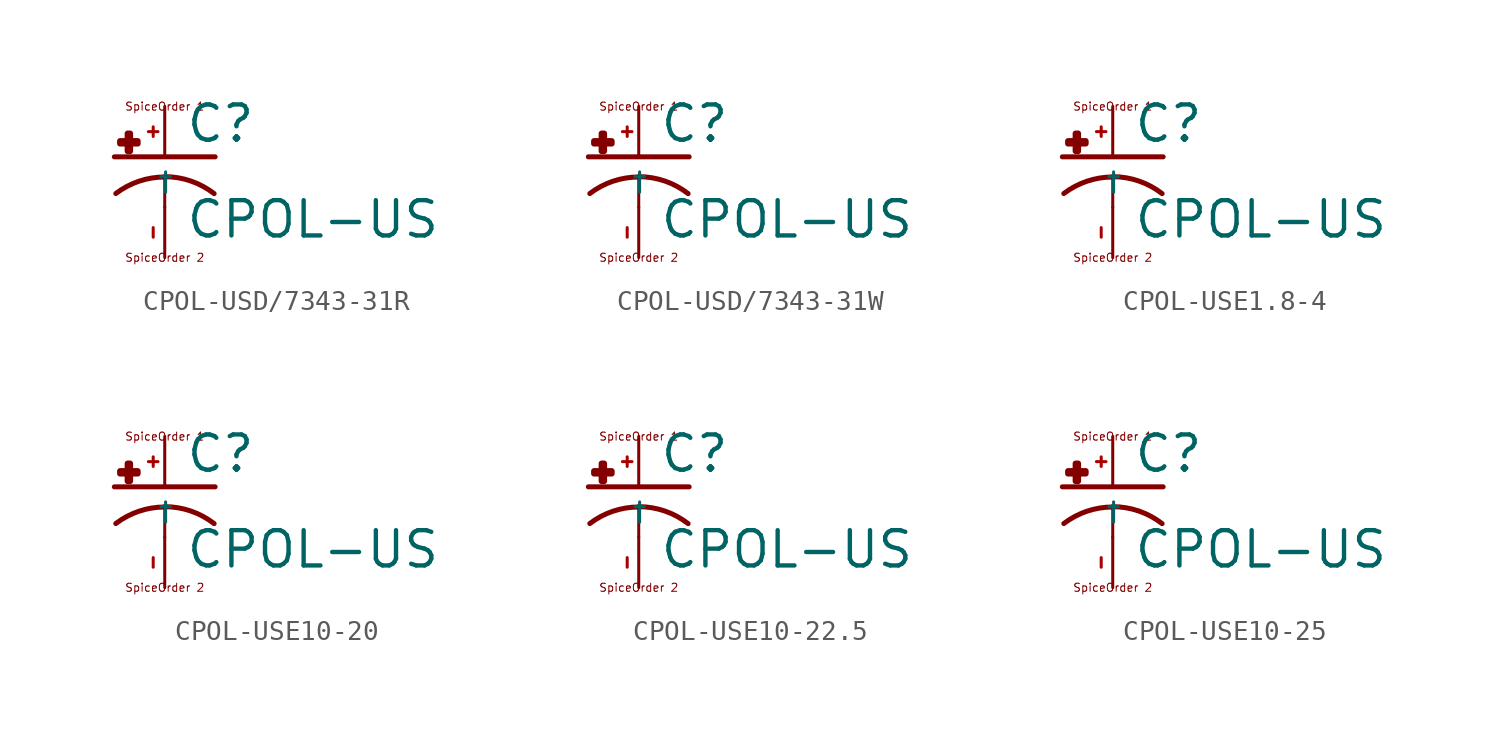
<source format=kicad_sym>
(kicad_symbol_lib
  (version 20220914)
  (generator Eagle2Kicad)
  (symbol "CPOL-USD/7343-31R"
    (property "Reference" "C"
      (at 1.016 0.635 0)
      (effects (font (size 1.778 1.778) (thickness 0.22)) (justify left bottom)))
    (property "Value" "CPOL-US"
      (at 1.016 -4.191 0)
      (effects (font (size 1.778 1.778) (thickness 0.22)) (justify left bottom)))
    (polyline
      (pts (xy -2.54 0) (xy 2.54 0))
      (stroke (width 0.254) (type default))
      (fill (type none)))
    (polyline
      (pts (xy 0 -1.016) (xy 0 -2.54))
      (stroke (width 0.152) (type default))
      (fill (type none)))
    (arc
      (start 2.4892 -1.8542)
      (mid 1.316 -1.220)
      (end 0 -1)
      (stroke (width 0.254) (type default))
      (fill (type none)))
    (arc
      (start 0 -1.0161)
      (mid -1.302 -1.230)
      (end -2.4669 -1.8504)
      (stroke (width 0.254) (type default))
      (fill (type none)))
    (text "SpiceOrder 1"
      (at 0 2.54 0)
      (effects (font (size 0.406 0.406) (thickness 0.05))))
    (text "SpiceOrder 2"
      (at 0 -5.08 0)
      (effects (font (size 0.406 0.406) (thickness 0.05))))
    (rectangle
      (start -2.253 0.668)
      (end -1.364 0.795)
      (stroke (width 0.3) (type default))
      (fill (type outline)))
    (rectangle
      (start -1.872 0.287)
      (end -1.745 1.176)
      (stroke (width 0.3) (type default))
      (fill (type outline)))
    (pin passive line
      (at 0 2.54 270)
      (length 2.54)
      (name "+" (effects (font (size 0.635 0.635) (thickness 0.08)) (justify left bottom)))
      (number "+" (effects (font (size 0.635 0.635) (thickness 0.08)) (justify left bottom))))
    (pin passive line
      (at 0 -5.08 90)
      (length 2.54)
      (name "-" (effects (font (size 0.635 0.635) (thickness 0.08)) (justify left bottom)))
      (number "-" (effects (font (size 0.635 0.635) (thickness 0.08)) (justify left bottom)))))
  (symbol "CPOL-USD/7343-31W"
    (property "Reference" "C"
      (at 1.016 0.635 0)
      (effects (font (size 1.778 1.778) (thickness 0.22)) (justify left bottom)))
    (property "Value" "CPOL-US"
      (at 1.016 -4.191 0)
      (effects (font (size 1.778 1.778) (thickness 0.22)) (justify left bottom)))
    (polyline
      (pts (xy -2.54 0) (xy 2.54 0))
      (stroke (width 0.254) (type default))
      (fill (type none)))
    (polyline
      (pts (xy 0 -1.016) (xy 0 -2.54))
      (stroke (width 0.152) (type default))
      (fill (type none)))
    (arc
      (start 2.4892 -1.8542)
      (mid 1.316 -1.220)
      (end 0 -1)
      (stroke (width 0.254) (type default))
      (fill (type none)))
    (arc
      (start 0 -1.0161)
      (mid -1.302 -1.230)
      (end -2.4669 -1.8504)
      (stroke (width 0.254) (type default))
      (fill (type none)))
    (text "SpiceOrder 1"
      (at 0 2.54 0)
      (effects (font (size 0.406 0.406) (thickness 0.05))))
    (text "SpiceOrder 2"
      (at 0 -5.08 0)
      (effects (font (size 0.406 0.406) (thickness 0.05))))
    (rectangle
      (start -2.253 0.668)
      (end -1.364 0.795)
      (stroke (width 0.3) (type default))
      (fill (type outline)))
    (rectangle
      (start -1.872 0.287)
      (end -1.745 1.176)
      (stroke (width 0.3) (type default))
      (fill (type outline)))
    (pin passive line
      (at 0 2.54 270)
      (length 2.54)
      (name "+" (effects (font (size 0.635 0.635) (thickness 0.08)) (justify left bottom)))
      (number "+" (effects (font (size 0.635 0.635) (thickness 0.08)) (justify left bottom))))
    (pin passive line
      (at 0 -5.08 90)
      (length 2.54)
      (name "-" (effects (font (size 0.635 0.635) (thickness 0.08)) (justify left bottom)))
      (number "-" (effects (font (size 0.635 0.635) (thickness 0.08)) (justify left bottom)))))
  (symbol "CPOL-USE1.8-4"
    (property "Reference" "C"
      (at 1.016 0.635 0)
      (effects (font (size 1.778 1.778) (thickness 0.22)) (justify left bottom)))
    (property "Value" "CPOL-US"
      (at 1.016 -4.191 0)
      (effects (font (size 1.778 1.778) (thickness 0.22)) (justify left bottom)))
    (polyline
      (pts (xy -2.54 0) (xy 2.54 0))
      (stroke (width 0.254) (type default))
      (fill (type none)))
    (polyline
      (pts (xy 0 -1.016) (xy 0 -2.54))
      (stroke (width 0.152) (type default))
      (fill (type none)))
    (arc
      (start 2.4892 -1.8542)
      (mid 1.316 -1.220)
      (end 0 -1)
      (stroke (width 0.254) (type default))
      (fill (type none)))
    (arc
      (start 0 -1.0161)
      (mid -1.302 -1.230)
      (end -2.4669 -1.8504)
      (stroke (width 0.254) (type default))
      (fill (type none)))
    (text "SpiceOrder 1"
      (at 0 2.54 0)
      (effects (font (size 0.406 0.406) (thickness 0.05))))
    (text "SpiceOrder 2"
      (at 0 -5.08 0)
      (effects (font (size 0.406 0.406) (thickness 0.05))))
    (rectangle
      (start -2.253 0.668)
      (end -1.364 0.795)
      (stroke (width 0.3) (type default))
      (fill (type outline)))
    (rectangle
      (start -1.872 0.287)
      (end -1.745 1.176)
      (stroke (width 0.3) (type default))
      (fill (type outline)))
    (pin passive line
      (at 0 2.54 270)
      (length 2.54)
      (name "+" (effects (font (size 0.635 0.635) (thickness 0.08)) (justify left bottom)))
      (number "+" (effects (font (size 0.635 0.635) (thickness 0.08)) (justify left bottom))))
    (pin passive line
      (at 0 -5.08 90)
      (length 2.54)
      (name "-" (effects (font (size 0.635 0.635) (thickness 0.08)) (justify left bottom)))
      (number "-" (effects (font (size 0.635 0.635) (thickness 0.08)) (justify left bottom)))))
  (symbol "CPOL-USE10-20"
    (property "Reference" "C"
      (at 1.016 0.635 0)
      (effects (font (size 1.778 1.778) (thickness 0.22)) (justify left bottom)))
    (property "Value" "CPOL-US"
      (at 1.016 -4.191 0)
      (effects (font (size 1.778 1.778) (thickness 0.22)) (justify left bottom)))
    (polyline
      (pts (xy -2.54 0) (xy 2.54 0))
      (stroke (width 0.254) (type default))
      (fill (type none)))
    (polyline
      (pts (xy 0 -1.016) (xy 0 -2.54))
      (stroke (width 0.152) (type default))
      (fill (type none)))
    (arc
      (start 2.4892 -1.8542)
      (mid 1.316 -1.220)
      (end 0 -1)
      (stroke (width 0.254) (type default))
      (fill (type none)))
    (arc
      (start 0 -1.0161)
      (mid -1.302 -1.230)
      (end -2.4669 -1.8504)
      (stroke (width 0.254) (type default))
      (fill (type none)))
    (text "SpiceOrder 1"
      (at 0 2.54 0)
      (effects (font (size 0.406 0.406) (thickness 0.05))))
    (text "SpiceOrder 2"
      (at 0 -5.08 0)
      (effects (font (size 0.406 0.406) (thickness 0.05))))
    (rectangle
      (start -2.253 0.668)
      (end -1.364 0.795)
      (stroke (width 0.3) (type default))
      (fill (type outline)))
    (rectangle
      (start -1.872 0.287)
      (end -1.745 1.176)
      (stroke (width 0.3) (type default))
      (fill (type outline)))
    (pin passive line
      (at 0 2.54 270)
      (length 2.54)
      (name "+" (effects (font (size 0.635 0.635) (thickness 0.08)) (justify left bottom)))
      (number "+" (effects (font (size 0.635 0.635) (thickness 0.08)) (justify left bottom))))
    (pin passive line
      (at 0 -5.08 90)
      (length 2.54)
      (name "-" (effects (font (size 0.635 0.635) (thickness 0.08)) (justify left bottom)))
      (number "-" (effects (font (size 0.635 0.635) (thickness 0.08)) (justify left bottom)))))
  (symbol "CPOL-USE10-22.5"
    (property "Reference" "C"
      (at 1.016 0.635 0)
      (effects (font (size 1.778 1.778) (thickness 0.22)) (justify left bottom)))
    (property "Value" "CPOL-US"
      (at 1.016 -4.191 0)
      (effects (font (size 1.778 1.778) (thickness 0.22)) (justify left bottom)))
    (polyline
      (pts (xy -2.54 0) (xy 2.54 0))
      (stroke (width 0.254) (type default))
      (fill (type none)))
    (polyline
      (pts (xy 0 -1.016) (xy 0 -2.54))
      (stroke (width 0.152) (type default))
      (fill (type none)))
    (arc
      (start 2.4892 -1.8542)
      (mid 1.316 -1.220)
      (end 0 -1)
      (stroke (width 0.254) (type default))
      (fill (type none)))
    (arc
      (start 0 -1.0161)
      (mid -1.302 -1.230)
      (end -2.4669 -1.8504)
      (stroke (width 0.254) (type default))
      (fill (type none)))
    (text "SpiceOrder 1"
      (at 0 2.54 0)
      (effects (font (size 0.406 0.406) (thickness 0.05))))
    (text "SpiceOrder 2"
      (at 0 -5.08 0)
      (effects (font (size 0.406 0.406) (thickness 0.05))))
    (rectangle
      (start -2.253 0.668)
      (end -1.364 0.795)
      (stroke (width 0.3) (type default))
      (fill (type outline)))
    (rectangle
      (start -1.872 0.287)
      (end -1.745 1.176)
      (stroke (width 0.3) (type default))
      (fill (type outline)))
    (pin passive line
      (at 0 2.54 270)
      (length 2.54)
      (name "+" (effects (font (size 0.635 0.635) (thickness 0.08)) (justify left bottom)))
      (number "+" (effects (font (size 0.635 0.635) (thickness 0.08)) (justify left bottom))))
    (pin passive line
      (at 0 -5.08 90)
      (length 2.54)
      (name "-" (effects (font (size 0.635 0.635) (thickness 0.08)) (justify left bottom)))
      (number "-" (effects (font (size 0.635 0.635) (thickness 0.08)) (justify left bottom)))))
  (symbol "CPOL-USE10-25"
    (property "Reference" "C"
      (at 1.016 0.635 0)
      (effects (font (size 1.778 1.778) (thickness 0.22)) (justify left bottom)))
    (property "Value" "CPOL-US"
      (at 1.016 -4.191 0)
      (effects (font (size 1.778 1.778) (thickness 0.22)) (justify left bottom)))
    (polyline
      (pts (xy -2.54 0) (xy 2.54 0))
      (stroke (width 0.254) (type default))
      (fill (type none)))
    (polyline
      (pts (xy 0 -1.016) (xy 0 -2.54))
      (stroke (width 0.152) (type default))
      (fill (type none)))
    (arc
      (start 2.4892 -1.8542)
      (mid 1.316 -1.220)
      (end 0 -1)
      (stroke (width 0.254) (type default))
      (fill (type none)))
    (arc
      (start 0 -1.0161)
      (mid -1.302 -1.230)
      (end -2.4669 -1.8504)
      (stroke (width 0.254) (type default))
      (fill (type none)))
    (text "SpiceOrder 1"
      (at 0 2.54 0)
      (effects (font (size 0.406 0.406) (thickness 0.05))))
    (text "SpiceOrder 2"
      (at 0 -5.08 0)
      (effects (font (size 0.406 0.406) (thickness 0.05))))
    (rectangle
      (start -2.253 0.668)
      (end -1.364 0.795)
      (stroke (width 0.3) (type default))
      (fill (type outline)))
    (rectangle
      (start -1.872 0.287)
      (end -1.745 1.176)
      (stroke (width 0.3) (type default))
      (fill (type outline)))
    (pin passive line
      (at 0 2.54 270)
      (length 2.54)
      (name "+" (effects (font (size 0.635 0.635) (thickness 0.08)) (justify left bottom)))
      (number "+" (effects (font (size 0.635 0.635) (thickness 0.08)) (justify left bottom))))
    (pin passive line
      (at 0 -5.08 90)
      (length 2.54)
      (name "-" (effects (font (size 0.635 0.635) (thickness 0.08)) (justify left bottom)))
      (number "-" (effects (font (size 0.635 0.635) (thickness 0.08)) (justify left bottom))))))
</source>
